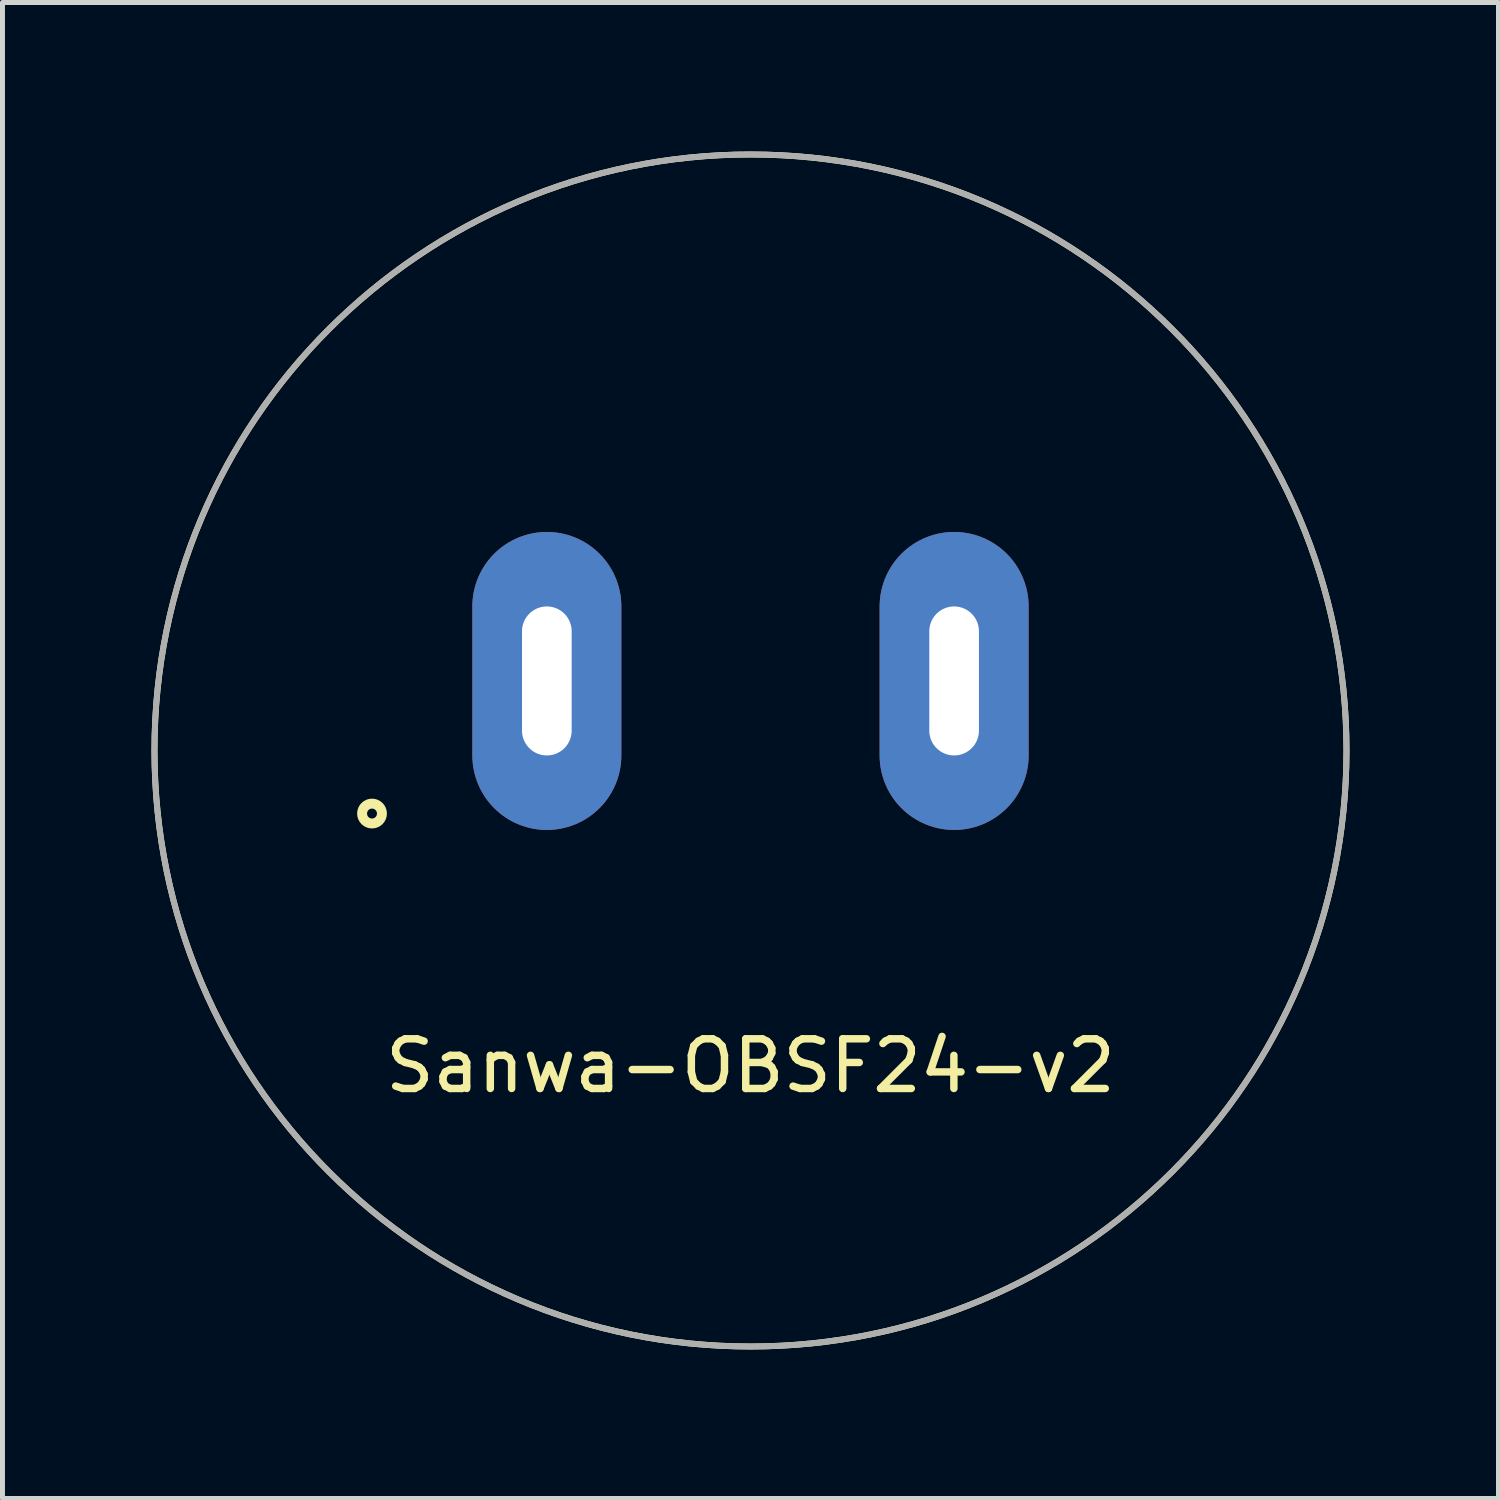
<source format=kicad_pcb>
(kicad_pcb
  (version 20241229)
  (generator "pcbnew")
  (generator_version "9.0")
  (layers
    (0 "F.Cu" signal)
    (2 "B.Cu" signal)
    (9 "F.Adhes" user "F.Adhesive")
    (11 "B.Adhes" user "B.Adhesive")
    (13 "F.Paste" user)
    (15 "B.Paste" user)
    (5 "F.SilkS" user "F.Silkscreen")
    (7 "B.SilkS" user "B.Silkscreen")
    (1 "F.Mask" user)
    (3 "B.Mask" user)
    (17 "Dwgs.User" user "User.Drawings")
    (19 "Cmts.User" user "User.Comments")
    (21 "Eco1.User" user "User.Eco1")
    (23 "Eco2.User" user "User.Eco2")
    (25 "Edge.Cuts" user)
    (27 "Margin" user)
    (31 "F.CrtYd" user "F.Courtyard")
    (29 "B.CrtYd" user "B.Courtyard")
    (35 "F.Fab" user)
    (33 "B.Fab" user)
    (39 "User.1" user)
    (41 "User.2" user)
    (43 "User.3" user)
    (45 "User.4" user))
  (footprint "Sanwa-OBSF24-v2"
    (layer "F.Cu")
    (at 12.06 12.06)
    (property "Reference" "Sanwa-OBSF24-v2" (at 0 6.35 0) (layer "F.SilkS") (effects (font (size 1 1) (thickness 0.15))))
    (attr through_hole)
    (fp_circle (center -7.62 1.27) (end -7.42 1.27) (stroke (width 0.2) (type solid)) (fill no) (layer "F.SilkS"))
    (fp_circle (center 0 0) (end 12 0) (stroke (width 0.12) (type solid)) (fill no) (layer "F.SilkS"))
    (fp_circle (center 0 0) (end 12 0) (stroke (width 0.12) (type solid)) (fill no) (layer "F.Fab"))
    (pad "1" thru_hole oval (at -4.1 -1.4) (size 3 6) (drill oval 1 3) (layers "*.Cu" "*.Mask"))
    (pad "2" thru_hole oval (at 4.1 -1.4) (size 3 6) (drill oval 1 3) (layers "*.Cu" "*.Mask")))
  (gr_rect
    (start -3 -3)
    (end 27.12 27.12)
    (stroke (width 0.1) (type default))
    (fill no)
    (layer "Edge.Cuts")))
</source>
